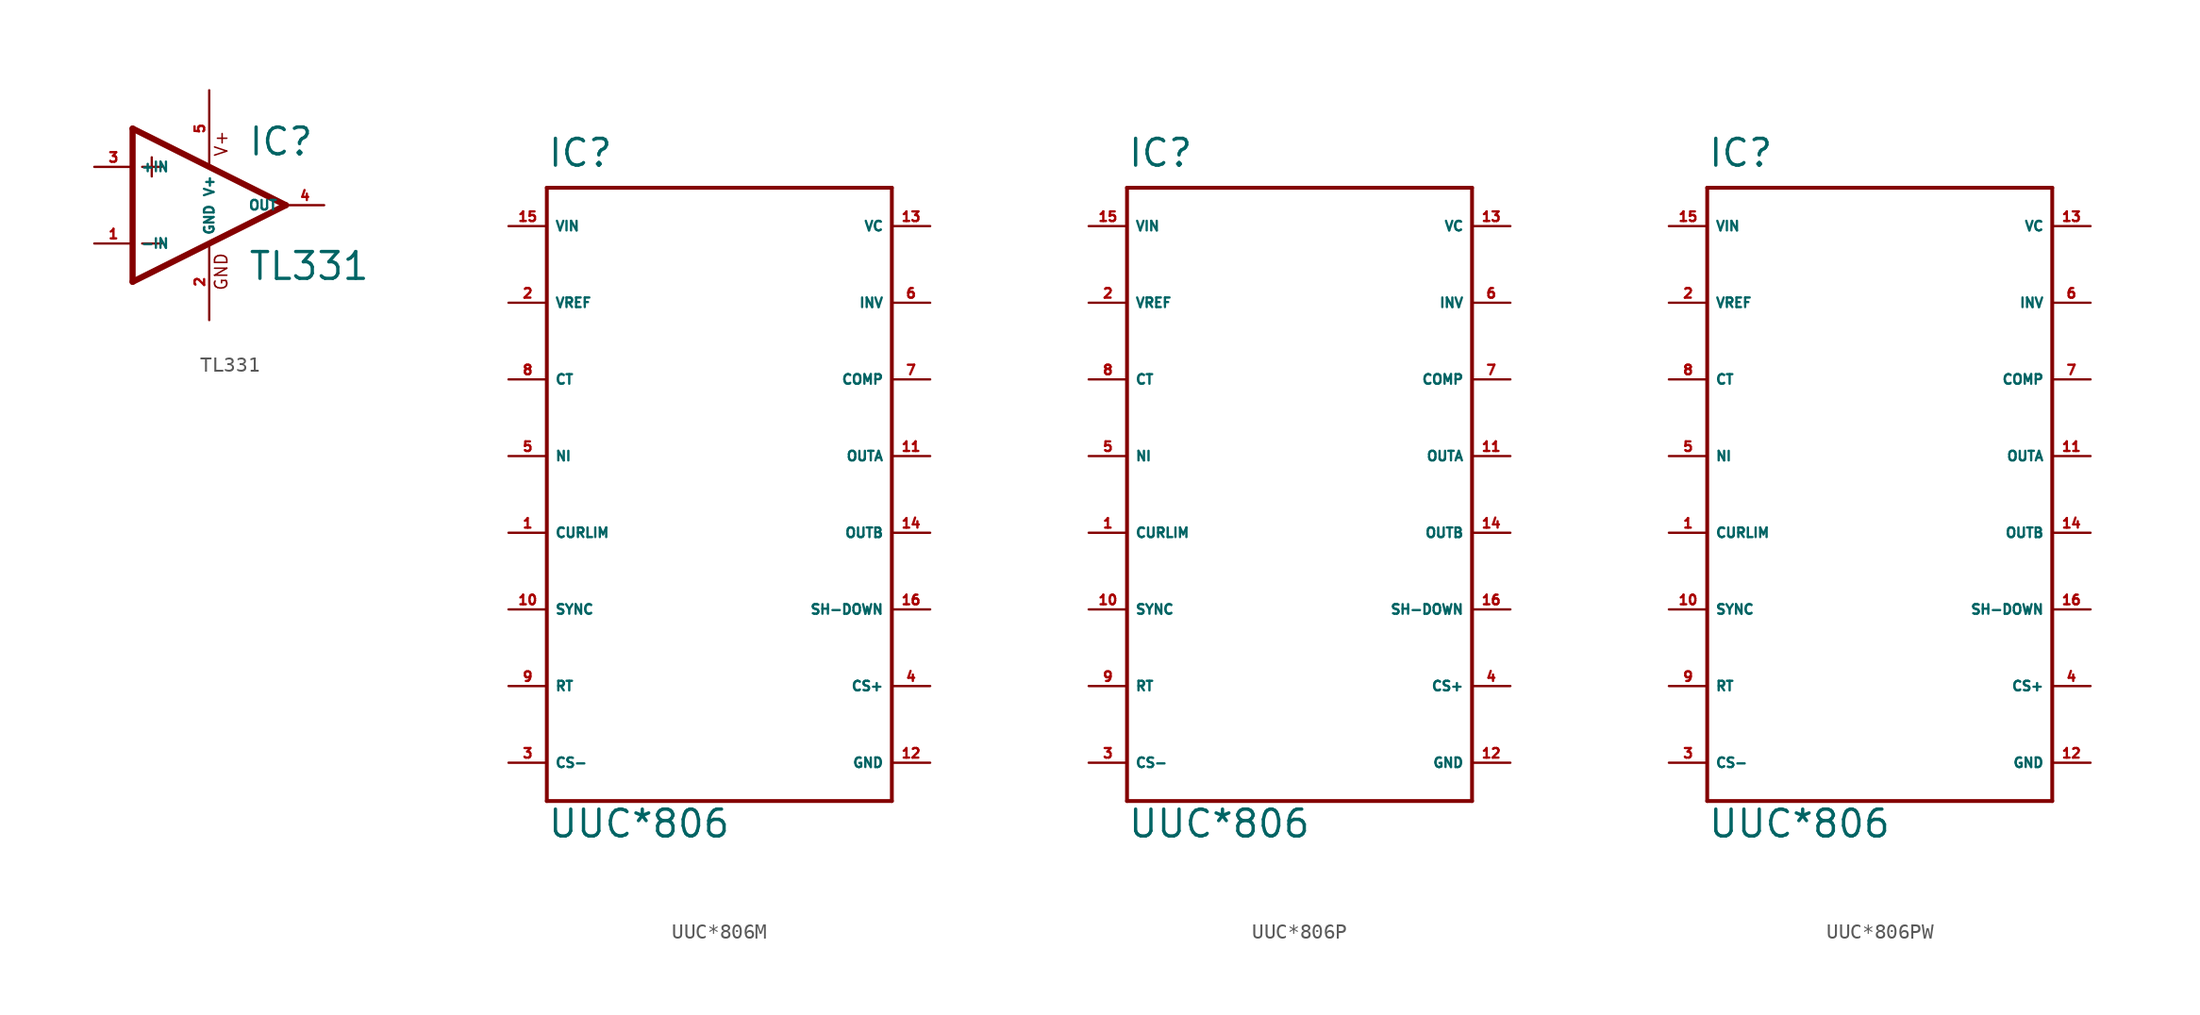
<source format=kicad_sym>
(kicad_symbol_lib
  (version 20220914)
  (generator Eagle2Kicad)
  (symbol "TL331"
    (property "Reference" "IC"
      (at 2.54 3.175 0)
      (effects (font (size 1.778 1.778) (thickness 0.22)) (justify left bottom)))
    (property "Value" "TL331"
      (at 2.54 -5.08 0)
      (effects (font (size 1.778 1.778) (thickness 0.22)) (justify left bottom)))
    (polyline
      (pts (xy -5.08 5.08) (xy -5.08 -5.08))
      (stroke (width 0.406) (type default))
      (fill (type none)))
    (polyline
      (pts (xy -5.08 -5.08) (xy 5.08 0))
      (stroke (width 0.406) (type default))
      (fill (type none)))
    (polyline
      (pts (xy 5.08 0) (xy -5.08 5.08))
      (stroke (width 0.406) (type default))
      (fill (type none)))
    (polyline
      (pts (xy -3.81 3.175) (xy -3.81 1.905))
      (stroke (width 0.152) (type default))
      (fill (type none)))
    (polyline
      (pts (xy -4.445 2.54) (xy -3.175 2.54))
      (stroke (width 0.152) (type default))
      (fill (type none)))
    (polyline
      (pts (xy -4.445 -2.54) (xy -3.175 -2.54))
      (stroke (width 0.152) (type default))
      (fill (type none)))
    (text "V+"
      (at 1.27 3.175 900)
      (effects (font (size 0.813 0.813) (thickness 0.10)) (justify left bottom)))
    (text "GND"
      (at 1.27 -5.715 900)
      (effects (font (size 0.813 0.813) (thickness 0.10)) (justify left bottom)))
    (pin input line
      (at -7.62 -2.54 0)
      (length 2.54)
      (name "-IN" (effects (font (size 0.635 0.635) (thickness 0.08)) (justify left bottom)))
      (number "1" (effects (font (size 0.635 0.635) (thickness 0.08)) (justify left bottom))))
    (pin input line
      (at -7.62 2.54 0)
      (length 2.54)
      (name "+IN" (effects (font (size 0.635 0.635) (thickness 0.08)) (justify left bottom)))
      (number "3" (effects (font (size 0.635 0.635) (thickness 0.08)) (justify left bottom))))
    (pin output line
      (at 7.62 0 180)
      (length 2.54)
      (name "OUT" (effects (font (size 0.635 0.635) (thickness 0.08)) (justify left bottom)))
      (number "4" (effects (font (size 0.635 0.635) (thickness 0.08)) (justify left bottom))))
    (pin unspecified line
      (at 0 7.62 270)
      (length 5.08)
      (name "V+" (effects (font (size 0.635 0.635) (thickness 0.08)) (justify left bottom)))
      (number "5" (effects (font (size 0.635 0.635) (thickness 0.08)) (justify left bottom))))
    (pin unspecified line
      (at 0 -7.62 90)
      (length 5.08)
      (name "GND" (effects (font (size 0.635 0.635) (thickness 0.08)) (justify left bottom)))
      (number "2" (effects (font (size 0.635 0.635) (thickness 0.08)) (justify left bottom)))))
  (symbol "UUC*806M"
    (property "Reference" "IC"
      (at -10.16 21.59 0)
      (effects (font (size 1.778 1.778) (thickness 0.22)) (justify left bottom)))
    (property "Value" "UUC*806"
      (at -10.16 -22.86 0)
      (effects (font (size 1.778 1.778) (thickness 0.22)) (justify left bottom)))
    (polyline
      (pts (xy -10.16 20.32) (xy 12.7 20.32))
      (stroke (width 0.254) (type default))
      (fill (type none)))
    (polyline
      (pts (xy 12.7 20.32) (xy 12.7 -20.32))
      (stroke (width 0.254) (type default))
      (fill (type none)))
    (polyline
      (pts (xy 12.7 -20.32) (xy -10.16 -20.32))
      (stroke (width 0.254) (type default))
      (fill (type none)))
    (polyline
      (pts (xy -10.16 -20.32) (xy -10.16 20.32))
      (stroke (width 0.254) (type default))
      (fill (type none)))
    (pin input line
      (at -12.7 17.78 0)
      (length 2.54)
      (name "VIN" (effects (font (size 0.635 0.635) (thickness 0.08)) (justify left bottom)))
      (number "15" (effects (font (size 0.635 0.635) (thickness 0.08)) (justify left bottom))))
    (pin input line
      (at -12.7 12.7 0)
      (length 2.54)
      (name "VREF" (effects (font (size 0.635 0.635) (thickness 0.08)) (justify left bottom)))
      (number "2" (effects (font (size 0.635 0.635) (thickness 0.08)) (justify left bottom))))
    (pin input line
      (at -12.7 7.62 0)
      (length 2.54)
      (name "CT" (effects (font (size 0.635 0.635) (thickness 0.08)) (justify left bottom)))
      (number "8" (effects (font (size 0.635 0.635) (thickness 0.08)) (justify left bottom))))
    (pin input line
      (at -12.7 2.54 0)
      (length 2.54)
      (name "NI" (effects (font (size 0.635 0.635) (thickness 0.08)) (justify left bottom)))
      (number "5" (effects (font (size 0.635 0.635) (thickness 0.08)) (justify left bottom))))
    (pin input line
      (at -12.7 -2.54 0)
      (length 2.54)
      (name "CURLIM" (effects (font (size 0.635 0.635) (thickness 0.08)) (justify left bottom)))
      (number "1" (effects (font (size 0.635 0.635) (thickness 0.08)) (justify left bottom))))
    (pin input line
      (at -12.7 -7.62 0)
      (length 2.54)
      (name "SYNC" (effects (font (size 0.635 0.635) (thickness 0.08)) (justify left bottom)))
      (number "10" (effects (font (size 0.635 0.635) (thickness 0.08)) (justify left bottom))))
    (pin input line
      (at -12.7 -12.7 0)
      (length 2.54)
      (name "RT" (effects (font (size 0.635 0.635) (thickness 0.08)) (justify left bottom)))
      (number "9" (effects (font (size 0.635 0.635) (thickness 0.08)) (justify left bottom))))
    (pin input line
      (at -12.7 -17.78 0)
      (length 2.54)
      (name "CS-" (effects (font (size 0.635 0.635) (thickness 0.08)) (justify left bottom)))
      (number "3" (effects (font (size 0.635 0.635) (thickness 0.08)) (justify left bottom))))
    (pin unspecified line
      (at 15.24 -17.78 180)
      (length 2.54)
      (name "GND" (effects (font (size 0.635 0.635) (thickness 0.08)) (justify left bottom)))
      (number "12" (effects (font (size 0.635 0.635) (thickness 0.08)) (justify left bottom))))
    (pin input line
      (at 15.24 -12.7 180)
      (length 2.54)
      (name "CS+" (effects (font (size 0.635 0.635) (thickness 0.08)) (justify left bottom)))
      (number "4" (effects (font (size 0.635 0.635) (thickness 0.08)) (justify left bottom))))
    (pin input line
      (at 15.24 -7.62 180)
      (length 2.54)
      (name "SH-DOWN" (effects (font (size 0.635 0.635) (thickness 0.08)) (justify left bottom)))
      (number "16" (effects (font (size 0.635 0.635) (thickness 0.08)) (justify left bottom))))
    (pin output line
      (at 15.24 -2.54 180)
      (length 2.54)
      (name "OUTB" (effects (font (size 0.635 0.635) (thickness 0.08)) (justify left bottom)))
      (number "14" (effects (font (size 0.635 0.635) (thickness 0.08)) (justify left bottom))))
    (pin output line
      (at 15.24 2.54 180)
      (length 2.54)
      (name "OUTA" (effects (font (size 0.635 0.635) (thickness 0.08)) (justify left bottom)))
      (number "11" (effects (font (size 0.635 0.635) (thickness 0.08)) (justify left bottom))))
    (pin input line
      (at 15.24 7.62 180)
      (length 2.54)
      (name "COMP" (effects (font (size 0.635 0.635) (thickness 0.08)) (justify left bottom)))
      (number "7" (effects (font (size 0.635 0.635) (thickness 0.08)) (justify left bottom))))
    (pin input line
      (at 15.24 12.7 180)
      (length 2.54)
      (name "INV" (effects (font (size 0.635 0.635) (thickness 0.08)) (justify left bottom)))
      (number "6" (effects (font (size 0.635 0.635) (thickness 0.08)) (justify left bottom))))
    (pin unspecified line
      (at 15.24 17.78 180)
      (length 2.54)
      (name "VC" (effects (font (size 0.635 0.635) (thickness 0.08)) (justify left bottom)))
      (number "13" (effects (font (size 0.635 0.635) (thickness 0.08)) (justify left bottom)))))
  (symbol "UUC*806P"
    (property "Reference" "IC"
      (at -10.16 21.59 0)
      (effects (font (size 1.778 1.778) (thickness 0.22)) (justify left bottom)))
    (property "Value" "UUC*806"
      (at -10.16 -22.86 0)
      (effects (font (size 1.778 1.778) (thickness 0.22)) (justify left bottom)))
    (polyline
      (pts (xy -10.16 20.32) (xy 12.7 20.32))
      (stroke (width 0.254) (type default))
      (fill (type none)))
    (polyline
      (pts (xy 12.7 20.32) (xy 12.7 -20.32))
      (stroke (width 0.254) (type default))
      (fill (type none)))
    (polyline
      (pts (xy 12.7 -20.32) (xy -10.16 -20.32))
      (stroke (width 0.254) (type default))
      (fill (type none)))
    (polyline
      (pts (xy -10.16 -20.32) (xy -10.16 20.32))
      (stroke (width 0.254) (type default))
      (fill (type none)))
    (pin input line
      (at -12.7 17.78 0)
      (length 2.54)
      (name "VIN" (effects (font (size 0.635 0.635) (thickness 0.08)) (justify left bottom)))
      (number "15" (effects (font (size 0.635 0.635) (thickness 0.08)) (justify left bottom))))
    (pin input line
      (at -12.7 12.7 0)
      (length 2.54)
      (name "VREF" (effects (font (size 0.635 0.635) (thickness 0.08)) (justify left bottom)))
      (number "2" (effects (font (size 0.635 0.635) (thickness 0.08)) (justify left bottom))))
    (pin input line
      (at -12.7 7.62 0)
      (length 2.54)
      (name "CT" (effects (font (size 0.635 0.635) (thickness 0.08)) (justify left bottom)))
      (number "8" (effects (font (size 0.635 0.635) (thickness 0.08)) (justify left bottom))))
    (pin input line
      (at -12.7 2.54 0)
      (length 2.54)
      (name "NI" (effects (font (size 0.635 0.635) (thickness 0.08)) (justify left bottom)))
      (number "5" (effects (font (size 0.635 0.635) (thickness 0.08)) (justify left bottom))))
    (pin input line
      (at -12.7 -2.54 0)
      (length 2.54)
      (name "CURLIM" (effects (font (size 0.635 0.635) (thickness 0.08)) (justify left bottom)))
      (number "1" (effects (font (size 0.635 0.635) (thickness 0.08)) (justify left bottom))))
    (pin input line
      (at -12.7 -7.62 0)
      (length 2.54)
      (name "SYNC" (effects (font (size 0.635 0.635) (thickness 0.08)) (justify left bottom)))
      (number "10" (effects (font (size 0.635 0.635) (thickness 0.08)) (justify left bottom))))
    (pin input line
      (at -12.7 -12.7 0)
      (length 2.54)
      (name "RT" (effects (font (size 0.635 0.635) (thickness 0.08)) (justify left bottom)))
      (number "9" (effects (font (size 0.635 0.635) (thickness 0.08)) (justify left bottom))))
    (pin input line
      (at -12.7 -17.78 0)
      (length 2.54)
      (name "CS-" (effects (font (size 0.635 0.635) (thickness 0.08)) (justify left bottom)))
      (number "3" (effects (font (size 0.635 0.635) (thickness 0.08)) (justify left bottom))))
    (pin unspecified line
      (at 15.24 -17.78 180)
      (length 2.54)
      (name "GND" (effects (font (size 0.635 0.635) (thickness 0.08)) (justify left bottom)))
      (number "12" (effects (font (size 0.635 0.635) (thickness 0.08)) (justify left bottom))))
    (pin input line
      (at 15.24 -12.7 180)
      (length 2.54)
      (name "CS+" (effects (font (size 0.635 0.635) (thickness 0.08)) (justify left bottom)))
      (number "4" (effects (font (size 0.635 0.635) (thickness 0.08)) (justify left bottom))))
    (pin input line
      (at 15.24 -7.62 180)
      (length 2.54)
      (name "SH-DOWN" (effects (font (size 0.635 0.635) (thickness 0.08)) (justify left bottom)))
      (number "16" (effects (font (size 0.635 0.635) (thickness 0.08)) (justify left bottom))))
    (pin output line
      (at 15.24 -2.54 180)
      (length 2.54)
      (name "OUTB" (effects (font (size 0.635 0.635) (thickness 0.08)) (justify left bottom)))
      (number "14" (effects (font (size 0.635 0.635) (thickness 0.08)) (justify left bottom))))
    (pin output line
      (at 15.24 2.54 180)
      (length 2.54)
      (name "OUTA" (effects (font (size 0.635 0.635) (thickness 0.08)) (justify left bottom)))
      (number "11" (effects (font (size 0.635 0.635) (thickness 0.08)) (justify left bottom))))
    (pin input line
      (at 15.24 7.62 180)
      (length 2.54)
      (name "COMP" (effects (font (size 0.635 0.635) (thickness 0.08)) (justify left bottom)))
      (number "7" (effects (font (size 0.635 0.635) (thickness 0.08)) (justify left bottom))))
    (pin input line
      (at 15.24 12.7 180)
      (length 2.54)
      (name "INV" (effects (font (size 0.635 0.635) (thickness 0.08)) (justify left bottom)))
      (number "6" (effects (font (size 0.635 0.635) (thickness 0.08)) (justify left bottom))))
    (pin unspecified line
      (at 15.24 17.78 180)
      (length 2.54)
      (name "VC" (effects (font (size 0.635 0.635) (thickness 0.08)) (justify left bottom)))
      (number "13" (effects (font (size 0.635 0.635) (thickness 0.08)) (justify left bottom)))))
  (symbol "UUC*806PW"
    (property "Reference" "IC"
      (at -10.16 21.59 0)
      (effects (font (size 1.778 1.778) (thickness 0.22)) (justify left bottom)))
    (property "Value" "UUC*806"
      (at -10.16 -22.86 0)
      (effects (font (size 1.778 1.778) (thickness 0.22)) (justify left bottom)))
    (polyline
      (pts (xy -10.16 20.32) (xy 12.7 20.32))
      (stroke (width 0.254) (type default))
      (fill (type none)))
    (polyline
      (pts (xy 12.7 20.32) (xy 12.7 -20.32))
      (stroke (width 0.254) (type default))
      (fill (type none)))
    (polyline
      (pts (xy 12.7 -20.32) (xy -10.16 -20.32))
      (stroke (width 0.254) (type default))
      (fill (type none)))
    (polyline
      (pts (xy -10.16 -20.32) (xy -10.16 20.32))
      (stroke (width 0.254) (type default))
      (fill (type none)))
    (pin input line
      (at -12.7 17.78 0)
      (length 2.54)
      (name "VIN" (effects (font (size 0.635 0.635) (thickness 0.08)) (justify left bottom)))
      (number "15" (effects (font (size 0.635 0.635) (thickness 0.08)) (justify left bottom))))
    (pin input line
      (at -12.7 12.7 0)
      (length 2.54)
      (name "VREF" (effects (font (size 0.635 0.635) (thickness 0.08)) (justify left bottom)))
      (number "2" (effects (font (size 0.635 0.635) (thickness 0.08)) (justify left bottom))))
    (pin input line
      (at -12.7 7.62 0)
      (length 2.54)
      (name "CT" (effects (font (size 0.635 0.635) (thickness 0.08)) (justify left bottom)))
      (number "8" (effects (font (size 0.635 0.635) (thickness 0.08)) (justify left bottom))))
    (pin input line
      (at -12.7 2.54 0)
      (length 2.54)
      (name "NI" (effects (font (size 0.635 0.635) (thickness 0.08)) (justify left bottom)))
      (number "5" (effects (font (size 0.635 0.635) (thickness 0.08)) (justify left bottom))))
    (pin input line
      (at -12.7 -2.54 0)
      (length 2.54)
      (name "CURLIM" (effects (font (size 0.635 0.635) (thickness 0.08)) (justify left bottom)))
      (number "1" (effects (font (size 0.635 0.635) (thickness 0.08)) (justify left bottom))))
    (pin input line
      (at -12.7 -7.62 0)
      (length 2.54)
      (name "SYNC" (effects (font (size 0.635 0.635) (thickness 0.08)) (justify left bottom)))
      (number "10" (effects (font (size 0.635 0.635) (thickness 0.08)) (justify left bottom))))
    (pin input line
      (at -12.7 -12.7 0)
      (length 2.54)
      (name "RT" (effects (font (size 0.635 0.635) (thickness 0.08)) (justify left bottom)))
      (number "9" (effects (font (size 0.635 0.635) (thickness 0.08)) (justify left bottom))))
    (pin input line
      (at -12.7 -17.78 0)
      (length 2.54)
      (name "CS-" (effects (font (size 0.635 0.635) (thickness 0.08)) (justify left bottom)))
      (number "3" (effects (font (size 0.635 0.635) (thickness 0.08)) (justify left bottom))))
    (pin unspecified line
      (at 15.24 -17.78 180)
      (length 2.54)
      (name "GND" (effects (font (size 0.635 0.635) (thickness 0.08)) (justify left bottom)))
      (number "12" (effects (font (size 0.635 0.635) (thickness 0.08)) (justify left bottom))))
    (pin input line
      (at 15.24 -12.7 180)
      (length 2.54)
      (name "CS+" (effects (font (size 0.635 0.635) (thickness 0.08)) (justify left bottom)))
      (number "4" (effects (font (size 0.635 0.635) (thickness 0.08)) (justify left bottom))))
    (pin input line
      (at 15.24 -7.62 180)
      (length 2.54)
      (name "SH-DOWN" (effects (font (size 0.635 0.635) (thickness 0.08)) (justify left bottom)))
      (number "16" (effects (font (size 0.635 0.635) (thickness 0.08)) (justify left bottom))))
    (pin output line
      (at 15.24 -2.54 180)
      (length 2.54)
      (name "OUTB" (effects (font (size 0.635 0.635) (thickness 0.08)) (justify left bottom)))
      (number "14" (effects (font (size 0.635 0.635) (thickness 0.08)) (justify left bottom))))
    (pin output line
      (at 15.24 2.54 180)
      (length 2.54)
      (name "OUTA" (effects (font (size 0.635 0.635) (thickness 0.08)) (justify left bottom)))
      (number "11" (effects (font (size 0.635 0.635) (thickness 0.08)) (justify left bottom))))
    (pin input line
      (at 15.24 7.62 180)
      (length 2.54)
      (name "COMP" (effects (font (size 0.635 0.635) (thickness 0.08)) (justify left bottom)))
      (number "7" (effects (font (size 0.635 0.635) (thickness 0.08)) (justify left bottom))))
    (pin input line
      (at 15.24 12.7 180)
      (length 2.54)
      (name "INV" (effects (font (size 0.635 0.635) (thickness 0.08)) (justify left bottom)))
      (number "6" (effects (font (size 0.635 0.635) (thickness 0.08)) (justify left bottom))))
    (pin unspecified line
      (at 15.24 17.78 180)
      (length 2.54)
      (name "VC" (effects (font (size 0.635 0.635) (thickness 0.08)) (justify left bottom)))
      (number "13" (effects (font (size 0.635 0.635) (thickness 0.08)) (justify left bottom))))))
</source>
